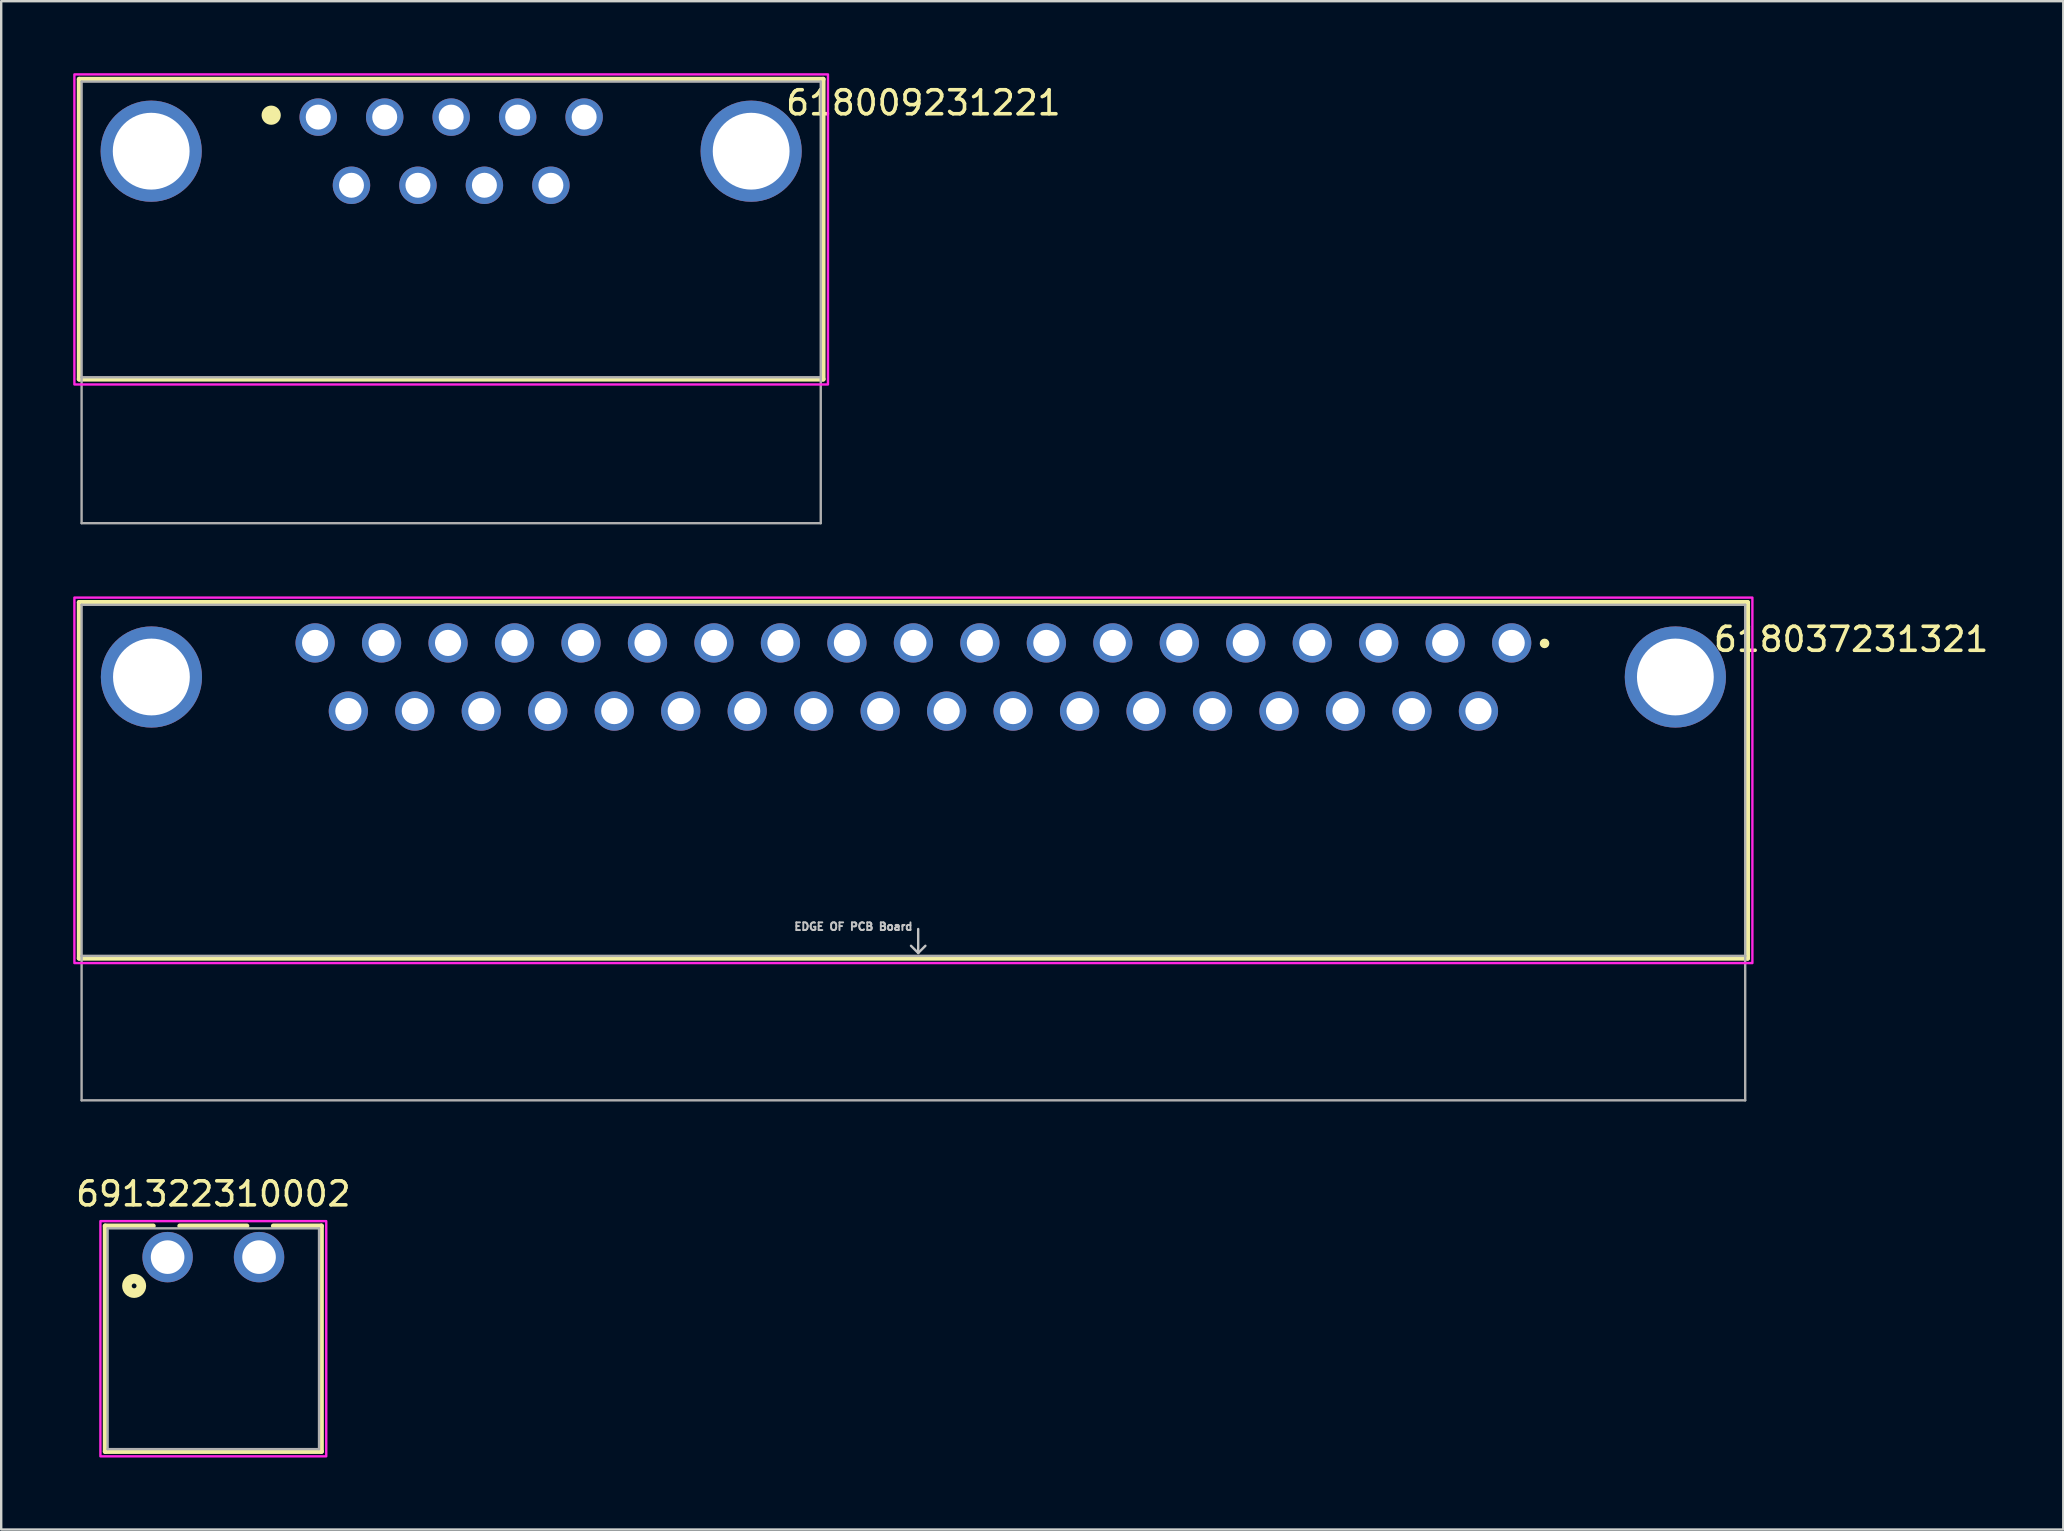
<source format=kicad_pcb>
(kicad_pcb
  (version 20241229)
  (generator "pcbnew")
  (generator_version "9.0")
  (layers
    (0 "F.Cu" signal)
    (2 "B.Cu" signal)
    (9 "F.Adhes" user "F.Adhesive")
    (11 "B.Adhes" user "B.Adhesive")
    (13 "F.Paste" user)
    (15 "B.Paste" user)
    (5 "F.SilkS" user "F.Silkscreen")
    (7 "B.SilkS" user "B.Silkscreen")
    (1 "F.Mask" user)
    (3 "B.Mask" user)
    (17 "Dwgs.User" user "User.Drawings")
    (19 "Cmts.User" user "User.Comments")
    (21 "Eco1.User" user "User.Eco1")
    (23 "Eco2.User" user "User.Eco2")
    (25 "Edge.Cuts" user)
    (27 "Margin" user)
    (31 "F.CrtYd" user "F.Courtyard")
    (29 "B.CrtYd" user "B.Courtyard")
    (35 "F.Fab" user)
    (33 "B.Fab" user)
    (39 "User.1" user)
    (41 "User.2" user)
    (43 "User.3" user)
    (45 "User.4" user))
  (footprint "618037231321"
    (layer "F.Cu")
    (at 35.01 32.475)
    (property "Reference" "618037231321" (at 39.075 -8.885 0) (layer "F.SilkS") (effects (font (size 1 1) (thickness 0.15))))
    (attr through_hole)
    (fp_line (start -34.76 -10.425) (end 34.76 -10.425) (stroke (width 0.2) (type solid)) (layer "F.SilkS"))
    (fp_line (start -34.76 4.405) (end -34.76 -10.425) (stroke (width 0.2) (type solid)) (layer "F.SilkS"))
    (fp_line (start 34.76 -10.425) (end 34.76 4.405) (stroke (width 0.2) (type solid)) (layer "F.SilkS"))
    (fp_line (start 34.76 4.405) (end -34.76 4.405) (stroke (width 0.2) (type solid)) (layer "F.SilkS"))
    (fp_circle (center 26.3 -8.715) (end 26.4 -8.715) (stroke (width 0.2) (type solid)) (fill no) (layer "F.SilkS"))
    (fp_line (start 0.2 3.185) (end 0.2 4.185) (stroke (width 0.1) (type solid)) (layer "Dwgs.User"))
    (fp_line (start 0.2 4.185) (end -0.1 3.885) (stroke (width 0.1) (type solid)) (layer "Dwgs.User"))
    (fp_line (start 0.2 4.185) (end 0.5 3.885) (stroke (width 0.1) (type solid)) (layer "Dwgs.User"))
    (fp_poly (pts (xy -34.96 -10.625) (xy 34.96 -10.625) (xy 34.96 4.605) (xy -34.96 4.605)) (stroke (width 0.1) (type solid)) (fill no) (layer "F.CrtYd"))
    (fp_line (start -34.66 -10.325) (end 34.66 -10.325) (stroke (width 0.1) (type solid)) (layer "F.Fab"))
    (fp_line (start -34.66 4.305) (end -34.66 -10.325) (stroke (width 0.1) (type solid)) (layer "F.Fab"))
    (fp_line (start -34.66 10.325) (end -34.66 4.305) (stroke (width 0.1) (type solid)) (layer "F.Fab"))
    (fp_line (start 34.66 -10.325) (end 34.66 4.305) (stroke (width 0.1) (type solid)) (layer "F.Fab"))
    (fp_line (start 34.66 4.305) (end -34.66 4.305) (stroke (width 0.1) (type solid)) (layer "F.Fab"))
    (fp_line (start 34.66 4.305) (end 34.66 10.325) (stroke (width 0.1) (type solid)) (layer "F.Fab"))
    (fp_line (start 34.66 10.325) (end -34.66 10.325) (stroke (width 0.1) (type solid)) (layer "F.Fab"))
    (fp_text user "EDGE OF PCB Board" (at -2.5 3.085 0) (layer "Dwgs.User") (effects (font (size 0.32 0.32) (thickness 0.15))))
    (pad "1" thru_hole circle (at 24.93 -8.735) (size 1.635 1.635) (drill 1.09) (layers "*.Cu" "*.Mask"))
    (pad "2" thru_hole circle (at 22.16 -8.735) (size 1.635 1.635) (drill 1.09) (layers "*.Cu" "*.Mask"))
    (pad "3" thru_hole circle (at 19.39 -8.735) (size 1.635 1.635) (drill 1.09) (layers "*.Cu" "*.Mask"))
    (pad "4" thru_hole circle (at 16.62 -8.735) (size 1.635 1.635) (drill 1.09) (layers "*.Cu" "*.Mask"))
    (pad "5" thru_hole circle (at 13.85 -8.735) (size 1.635 1.635) (drill 1.09) (layers "*.Cu" "*.Mask"))
    (pad "6" thru_hole circle (at 11.08 -8.735) (size 1.635 1.635) (drill 1.09) (layers "*.Cu" "*.Mask"))
    (pad "7" thru_hole circle (at 8.31 -8.735) (size 1.635 1.635) (drill 1.09) (layers "*.Cu" "*.Mask"))
    (pad "8" thru_hole circle (at 5.54 -8.735) (size 1.635 1.635) (drill 1.09) (layers "*.Cu" "*.Mask"))
    (pad "9" thru_hole circle (at 2.77 -8.735) (size 1.635 1.635) (drill 1.09) (layers "*.Cu" "*.Mask"))
    (pad "10" thru_hole circle (at 0 -8.735) (size 1.635 1.635) (drill 1.09) (layers "*.Cu" "*.Mask"))
    (pad "11" thru_hole circle (at -2.77 -8.735) (size 1.635 1.635) (drill 1.09) (layers "*.Cu" "*.Mask"))
    (pad "12" thru_hole circle (at -5.54 -8.735) (size 1.635 1.635) (drill 1.09) (layers "*.Cu" "*.Mask"))
    (pad "13" thru_hole circle (at -8.31 -8.735) (size 1.635 1.635) (drill 1.09) (layers "*.Cu" "*.Mask"))
    (pad "14" thru_hole circle (at -11.08 -8.735) (size 1.635 1.635) (drill 1.09) (layers "*.Cu" "*.Mask"))
    (pad "15" thru_hole circle (at -13.85 -8.735) (size 1.635 1.635) (drill 1.09) (layers "*.Cu" "*.Mask"))
    (pad "16" thru_hole circle (at -16.62 -8.735) (size 1.635 1.635) (drill 1.09) (layers "*.Cu" "*.Mask"))
    (pad "17" thru_hole circle (at -19.39 -8.735) (size 1.635 1.635) (drill 1.09) (layers "*.Cu" "*.Mask"))
    (pad "18" thru_hole circle (at -22.16 -8.735) (size 1.635 1.635) (drill 1.09) (layers "*.Cu" "*.Mask"))
    (pad "19" thru_hole circle (at -24.93 -8.735) (size 1.635 1.635) (drill 1.09) (layers "*.Cu" "*.Mask"))
    (pad "20" thru_hole circle (at 23.545 -5.895) (size 1.635 1.635) (drill 1.09) (layers "*.Cu" "*.Mask"))
    (pad "21" thru_hole circle (at 20.775 -5.895) (size 1.635 1.635) (drill 1.09) (layers "*.Cu" "*.Mask"))
    (pad "22" thru_hole circle (at 18.005 -5.895) (size 1.635 1.635) (drill 1.09) (layers "*.Cu" "*.Mask"))
    (pad "23" thru_hole circle (at 15.235 -5.895) (size 1.635 1.635) (drill 1.09) (layers "*.Cu" "*.Mask"))
    (pad "24" thru_hole circle (at 12.465 -5.895) (size 1.635 1.635) (drill 1.09) (layers "*.Cu" "*.Mask"))
    (pad "25" thru_hole circle (at 9.695 -5.895) (size 1.635 1.635) (drill 1.09) (layers "*.Cu" "*.Mask"))
    (pad "26" thru_hole circle (at 6.925 -5.895) (size 1.635 1.635) (drill 1.09) (layers "*.Cu" "*.Mask"))
    (pad "27" thru_hole circle (at 4.155 -5.895) (size 1.635 1.635) (drill 1.09) (layers "*.Cu" "*.Mask"))
    (pad "28" thru_hole circle (at 1.385 -5.895) (size 1.635 1.635) (drill 1.09) (layers "*.Cu" "*.Mask"))
    (pad "29" thru_hole circle (at -1.385 -5.895) (size 1.635 1.635) (drill 1.09) (layers "*.Cu" "*.Mask"))
    (pad "30" thru_hole circle (at -4.155 -5.895) (size 1.635 1.635) (drill 1.09) (layers "*.Cu" "*.Mask"))
    (pad "31" thru_hole circle (at -6.925 -5.895) (size 1.635 1.635) (drill 1.09) (layers "*.Cu" "*.Mask"))
    (pad "32" thru_hole circle (at -9.695 -5.895) (size 1.635 1.635) (drill 1.09) (layers "*.Cu" "*.Mask"))
    (pad "33" thru_hole circle (at -12.465 -5.895) (size 1.635 1.635) (drill 1.09) (layers "*.Cu" "*.Mask"))
    (pad "34" thru_hole circle (at -15.235 -5.895) (size 1.635 1.635) (drill 1.09) (layers "*.Cu" "*.Mask"))
    (pad "35" thru_hole circle (at -18.005 -5.895) (size 1.635 1.635) (drill 1.09) (layers "*.Cu" "*.Mask"))
    (pad "36" thru_hole circle (at -20.775 -5.895) (size 1.635 1.635) (drill 1.09) (layers "*.Cu" "*.Mask"))
    (pad "37" thru_hole circle (at -23.545 -5.895) (size 1.635 1.635) (drill 1.09) (layers "*.Cu" "*.Mask"))
    (pad "S1" thru_hole circle (at -31.75 -7.315) (size 4.216 4.216) (drill 3.2) (layers "*.Cu" "*.Mask"))
    (pad "S2" thru_hole circle (at 31.75 -7.315) (size 4.216 4.216) (drill 3.2) (layers "*.Cu" "*.Mask")))
  (footprint "691322310002"
    (layer "F.Cu")
    (at 5.839 49.333)
    (property "Reference" "691322310002" (at 0 -2.635 0) (layer "F.SilkS") (effects (font (size 1 1) (thickness 0.15))))
    (attr through_hole)
    (fp_line (start -4.505 -1.3) (end -2.5 -1.3) (stroke (width 0.2) (type solid)) (layer "F.SilkS"))
    (fp_line (start -4.505 8.1) (end -4.505 -1.3) (stroke (width 0.2) (type solid)) (layer "F.SilkS"))
    (fp_line (start -1.4 -1.3) (end 1.4 -1.3) (stroke (width 0.2) (type solid)) (layer "F.SilkS"))
    (fp_line (start 2.5 -1.3) (end 4.505 -1.3) (stroke (width 0.2) (type solid)) (layer "F.SilkS"))
    (fp_line (start 4.505 -1.3) (end 4.505 8.1) (stroke (width 0.2) (type solid)) (layer "F.SilkS"))
    (fp_line (start 4.505 8.1) (end -4.505 8.1) (stroke (width 0.2) (type solid)) (layer "F.SilkS"))
    (fp_circle (center -3.3 1.2) (end -3.2 1.2) (stroke (width 0.4) (type solid)) (fill no) (layer "F.SilkS"))
    (fp_poly (pts (xy -4.705 -1.5) (xy 4.705 -1.5) (xy 4.705 8.3) (xy -4.705 8.3)) (stroke (width 0.1) (type solid)) (fill no) (layer "F.CrtYd"))
    (fp_line (start -4.405 -1.2) (end -4.405 8) (stroke (width 0.1) (type solid)) (layer "F.Fab"))
    (fp_line (start -4.405 8) (end 4.405 8) (stroke (width 0.1) (type solid)) (layer "F.Fab"))
    (fp_line (start 4.405 -1.2) (end -4.405 -1.2) (stroke (width 0.1) (type solid)) (layer "F.Fab"))
    (fp_line (start 4.405 8) (end 4.405 -1.2) (stroke (width 0.1) (type solid)) (layer "F.Fab"))
    (pad "1" thru_hole circle (at -1.905 0) (size 2.1 2.1) (drill 1.4) (layers "*.Cu" "*.Mask"))
    (pad "2" thru_hole circle (at 1.905 0) (size 2.1 2.1) (drill 1.4) (layers "*.Cu" "*.Mask")))
  (footprint "618009231221"
    (layer "F.Cu")
    (at 15.75 9.55)
    (property "Reference" "618009231221" (at 19.675 -8.315 0) (layer "F.SilkS") (effects (font (size 1 1) (thickness 0.15))))
    (attr through_hole)
    (fp_line (start -15.5 -9.3) (end 15.5 -9.3) (stroke (width 0.2) (type solid)) (layer "F.SilkS"))
    (fp_line (start -15.5 3.2) (end -15.5 -9.3) (stroke (width 0.2) (type solid)) (layer "F.SilkS"))
    (fp_line (start 15.5 -9.3) (end 15.5 3.2) (stroke (width 0.2) (type solid)) (layer "F.SilkS"))
    (fp_line (start 15.5 3.2) (end -15.5 3.2) (stroke (width 0.2) (type solid)) (layer "F.SilkS"))
    (fp_circle (center -7.5 -7.8) (end -7.3 -7.8) (stroke (width 0.4) (type solid)) (fill no) (layer "F.SilkS"))
    (fp_poly (pts (xy -15.7 -9.5) (xy 15.7 -9.5) (xy 15.7 3.42) (xy -15.7 3.42)) (stroke (width 0.1) (type solid)) (fill no) (layer "F.CrtYd"))
    (fp_line (start -15.4 -9.2) (end 15.4 -9.2) (stroke (width 0.1) (type solid)) (layer "F.Fab"))
    (fp_line (start -15.4 3.12) (end -15.4 -9.2) (stroke (width 0.1) (type solid)) (layer "F.Fab"))
    (fp_line (start -15.4 9.2) (end -15.4 3.12) (stroke (width 0.1) (type solid)) (layer "F.Fab"))
    (fp_line (start 15.4 -9.2) (end 15.4 3.12) (stroke (width 0.1) (type solid)) (layer "F.Fab"))
    (fp_line (start 15.4 3.12) (end -15.4 3.12) (stroke (width 0.1) (type solid)) (layer "F.Fab"))
    (fp_line (start 15.4 3.12) (end 15.4 9.2) (stroke (width 0.1) (type solid)) (layer "F.Fab"))
    (fp_line (start 15.4 9.2) (end -15.4 9.2) (stroke (width 0.1) (type solid)) (layer "F.Fab"))
    (pad "1" thru_hole circle (at -5.54 -7.72) (size 1.56 1.56) (drill 1.04) (layers "*.Cu" "*.Mask"))
    (pad "2" thru_hole circle (at -2.77 -7.72) (size 1.56 1.56) (drill 1.04) (layers "*.Cu" "*.Mask"))
    (pad "3" thru_hole circle (at 0 -7.72) (size 1.56 1.56) (drill 1.04) (layers "*.Cu" "*.Mask"))
    (pad "4" thru_hole circle (at 2.77 -7.72) (size 1.56 1.56) (drill 1.04) (layers "*.Cu" "*.Mask"))
    (pad "5" thru_hole circle (at 5.54 -7.72) (size 1.56 1.56) (drill 1.04) (layers "*.Cu" "*.Mask"))
    (pad "6" thru_hole circle (at -4.155 -4.88) (size 1.56 1.56) (drill 1.04) (layers "*.Cu" "*.Mask"))
    (pad "7" thru_hole circle (at -1.385 -4.88) (size 1.56 1.56) (drill 1.04) (layers "*.Cu" "*.Mask"))
    (pad "8" thru_hole circle (at 1.385 -4.88) (size 1.56 1.56) (drill 1.04) (layers "*.Cu" "*.Mask"))
    (pad "9" thru_hole circle (at 4.155 -4.88) (size 1.56 1.56) (drill 1.04) (layers "*.Cu" "*.Mask"))
    (pad "S1" thru_hole circle (at -12.5 -6.3) (size 4.216 4.216) (drill 3.2) (layers "*.Cu" "*.Mask"))
    (pad "S2" thru_hole circle (at 12.5 -6.3) (size 4.216 4.216) (drill 3.2) (layers "*.Cu" "*.Mask")))
  (gr_rect
    (start -3 -3)
    (end 82.924 60.683)
    (stroke (width 0.1) (type default))
    (fill no)
    (layer "Edge.Cuts")))
</source>
